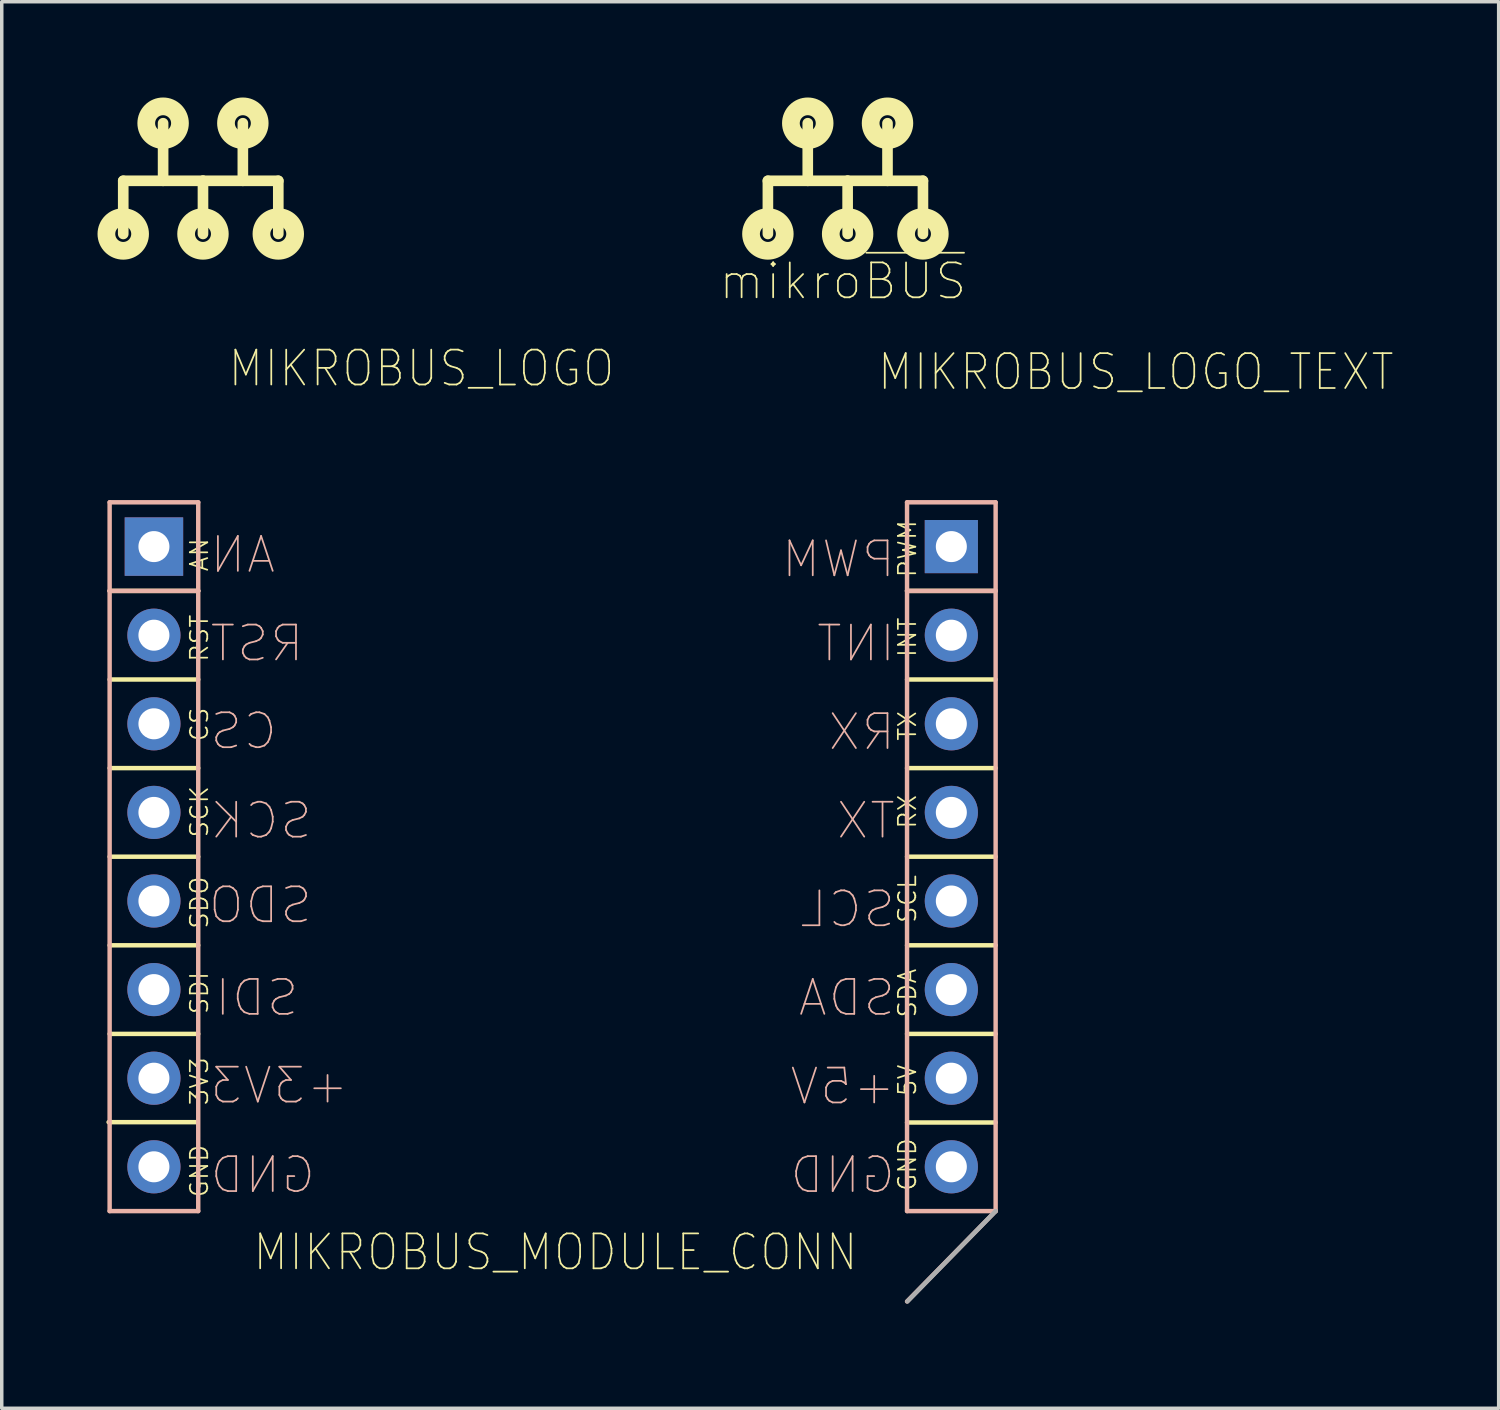
<source format=kicad_pcb>
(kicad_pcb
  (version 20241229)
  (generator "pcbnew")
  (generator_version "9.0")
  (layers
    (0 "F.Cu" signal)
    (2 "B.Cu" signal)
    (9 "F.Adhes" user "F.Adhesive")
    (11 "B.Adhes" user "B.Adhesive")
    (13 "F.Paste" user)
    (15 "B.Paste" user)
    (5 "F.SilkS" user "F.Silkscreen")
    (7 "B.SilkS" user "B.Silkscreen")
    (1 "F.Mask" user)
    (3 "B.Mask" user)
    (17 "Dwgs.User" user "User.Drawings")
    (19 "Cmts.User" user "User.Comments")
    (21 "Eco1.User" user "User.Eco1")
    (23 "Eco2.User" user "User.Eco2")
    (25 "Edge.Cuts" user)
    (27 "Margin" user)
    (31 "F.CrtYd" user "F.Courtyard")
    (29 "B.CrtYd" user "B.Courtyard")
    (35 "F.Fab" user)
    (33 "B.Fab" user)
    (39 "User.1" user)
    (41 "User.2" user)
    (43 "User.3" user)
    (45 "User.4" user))
  (footprint "MIKROBUS_LOGO_TEXT"
    (layer "F.Cu")
    (at 21.215 3.613)
    (property "Reference" "MIKROBUS_LOGO_TEXT" (at 8.3 4 0) (layer "F.SilkS") (effects (font (size 1 0.9) (thickness 0.05))))
    (attr exclude_from_pos_files exclude_from_bom)
    (fp_line (start -2.251 -1.48) (end -2.251 0.044) (stroke (width 0.305) (type solid)) (layer "F.SilkS"))
    (fp_line (start -1.108 -1.48) (end -2.251 -1.48) (stroke (width 0.305) (type solid)) (layer "F.SilkS"))
    (fp_line (start -1.108 -1.48) (end -1.108 -3.131) (stroke (width 0.305) (type solid)) (layer "F.SilkS"))
    (fp_line (start 0.035 -1.48) (end -1.108 -1.48) (stroke (width 0.305) (type solid)) (layer "F.SilkS"))
    (fp_line (start 0.035 -1.48) (end 0.035 0.044) (stroke (width 0.305) (type solid)) (layer "F.SilkS"))
    (fp_line (start 1.178 -1.48) (end 0.035 -1.48) (stroke (width 0.305) (type solid)) (layer "F.SilkS"))
    (fp_line (start 1.178 -1.48) (end 1.178 -3.131) (stroke (width 0.305) (type solid)) (layer "F.SilkS"))
    (fp_line (start 2.194 -1.48) (end 1.178 -1.48) (stroke (width 0.305) (type solid)) (layer "F.SilkS"))
    (fp_line (start 2.194 -1.48) (end 2.194 0.044) (stroke (width 0.305) (type solid)) (layer "F.SilkS"))
    (fp_circle (center -2.251 0.044) (end -2.022 0.044) (stroke (width 0.508) (type solid)) (fill no) (layer "F.SilkS"))
    (fp_circle (center -1.108 -3.131) (end -0.879 -3.131) (stroke (width 0.508) (type solid)) (fill no) (layer "F.SilkS"))
    (fp_circle (center 0.035 0.044) (end 0.264 0.044) (stroke (width 0.508) (type solid)) (fill no) (layer "F.SilkS"))
    (fp_circle (center 1.178 -3.131) (end 1.407 -3.131) (stroke (width 0.508) (type solid)) (fill no) (layer "F.SilkS"))
    (fp_circle (center 2.194 0.044) (end 2.423 0.044) (stroke (width 0.508) (type solid)) (fill no) (layer "F.SilkS"))
    (fp_text user "mikro~{BUS}" (at -0.1 1.4 0) (layer "F.SilkS") (effects (font (size 1 1) (thickness 0.05)))))
  (footprint "MIKROBUS_MODULE_CONN"
    (layer "F.Cu")
    (at 1.363 12.62)
    (property "Reference" "MIKROBUS_MODULE_CONN" (at 11.51 20.23 0) (layer "F.SilkS") (effects (font (size 1 0.9) (thickness 0.05))))
    (attr through_hole)
    (fp_line (start -1.3 16.5) (end 1.24 16.5) (stroke (width 0.127) (type solid)) (layer "F.SilkS"))
    (fp_line (start -1.27 1.27) (end 1.27 1.27) (stroke (width 0.127) (type solid)) (layer "F.SilkS"))
    (fp_line (start -1.27 3.81) (end 1.27 3.81) (stroke (width 0.127) (type solid)) (layer "F.SilkS"))
    (fp_line (start -1.27 6.35) (end 1.27 6.35) (stroke (width 0.127) (type solid)) (layer "F.SilkS"))
    (fp_line (start -1.27 8.89) (end 1.27 8.89) (stroke (width 0.127) (type solid)) (layer "F.SilkS"))
    (fp_line (start -1.27 11.43) (end 1.27 11.43) (stroke (width 0.127) (type solid)) (layer "F.SilkS"))
    (fp_line (start -1.27 13.97) (end 1.27 13.97) (stroke (width 0.127) (type solid)) (layer "F.SilkS"))
    (fp_line (start 21.59 1.27) (end 24.13 1.27) (stroke (width 0.127) (type solid)) (layer "F.SilkS"))
    (fp_line (start 21.59 3.81) (end 24.13 3.81) (stroke (width 0.127) (type solid)) (layer "F.SilkS"))
    (fp_line (start 21.59 6.35) (end 24.13 6.35) (stroke (width 0.127) (type solid)) (layer "F.SilkS"))
    (fp_line (start 21.59 8.89) (end 24.13 8.89) (stroke (width 0.127) (type solid)) (layer "F.SilkS"))
    (fp_line (start 21.59 11.43) (end 24.13 11.43) (stroke (width 0.127) (type solid)) (layer "F.SilkS"))
    (fp_line (start 21.59 13.97) (end 24.13 13.97) (stroke (width 0.127) (type solid)) (layer "F.SilkS"))
    (fp_line (start 21.59 16.51) (end 24.13 16.51) (stroke (width 0.127) (type solid)) (layer "F.SilkS"))
    (fp_line (start -1.27 -1.27) (end -1.27 1.27) (stroke (width 0.127) (type solid)) (layer "B.SilkS"))
    (fp_line (start -1.27 1.27) (end -1.27 19.05) (stroke (width 0.127) (type solid)) (layer "B.SilkS"))
    (fp_line (start -1.27 1.27) (end 1.27 1.27) (stroke (width 0.127) (type solid)) (layer "B.SilkS"))
    (fp_line (start -1.27 19.05) (end 1.27 19.05) (stroke (width 0.127) (type solid)) (layer "B.SilkS"))
    (fp_line (start 1.27 -1.27) (end -1.27 -1.27) (stroke (width 0.127) (type solid)) (layer "B.SilkS"))
    (fp_line (start 1.27 1.27) (end 1.27 -1.27) (stroke (width 0.127) (type solid)) (layer "B.SilkS"))
    (fp_line (start 1.27 19.05) (end 1.27 1.27) (stroke (width 0.127) (type solid)) (layer "B.SilkS"))
    (fp_line (start 21.59 -1.27) (end 21.59 1.27) (stroke (width 0.127) (type solid)) (layer "B.SilkS"))
    (fp_line (start 21.59 -1.27) (end 24.13 -1.27) (stroke (width 0.127) (type solid)) (layer "B.SilkS"))
    (fp_line (start 21.59 1.27) (end 21.59 19.05) (stroke (width 0.127) (type solid)) (layer "B.SilkS"))
    (fp_line (start 21.59 1.27) (end 24.13 1.27) (stroke (width 0.127) (type solid)) (layer "B.SilkS"))
    (fp_line (start 21.59 19.05) (end 24.13 19.05) (stroke (width 0.127) (type solid)) (layer "B.SilkS"))
    (fp_line (start 24.13 -1.27) (end 24.13 19.05) (stroke (width 0.127) (type solid)) (layer "B.SilkS"))
    (fp_line (start 24.13 19.05) (end 21.59 21.64) (stroke (width 0.127) (type solid)) (layer "B.SilkS"))
    (fp_line (start 24.13 19.05) (end 21.6 21.64) (stroke (width 0.127) (type solid)) (layer "F.Fab"))
    (fp_text user "RX" (at 21.598 7.6 90) (layer "F.SilkS") (effects (font (size 0.5 0.5) (thickness 0.05))))
    (fp_text user "SDI" (at 1.3 12.797 90) (layer "F.SilkS") (effects (font (size 0.5 0.5) (thickness 0.05))))
    (fp_text user "TX" (at 21.598 5.141 90) (layer "F.SilkS") (effects (font (size 0.5 0.5) (thickness 0.05))))
    (fp_text user "RST" (at 1.3 2.624 90) (layer "F.SilkS") (effects (font (size 0.5 0.5) (thickness 0.05))))
    (fp_text user "5V" (at 21.598 15.3 90) (layer "F.SilkS") (effects (font (size 0.5 0.5) (thickness 0.05))))
    (fp_text user "GND" (at 1.3 17.9 90) (layer "F.SilkS") (effects (font (size 0.5 0.5) (thickness 0.05))))
    (fp_text user "CS" (at 1.3 5.1 90) (layer "F.SilkS") (effects (font (size 0.5 0.5) (thickness 0.05))))
    (fp_text user "AN" (at 1.3 0.235 90) (layer "F.SilkS") (effects (font (size 0.5 0.5) (thickness 0.05))))
    (fp_text user "PWM" (at 21.598 0.062 90) (layer "F.SilkS") (effects (font (size 0.5 0.5) (thickness 0.05))))
    (fp_text user "SDA" (at 21.598 12.8 90) (layer "F.SilkS") (effects (font (size 0.5 0.5) (thickness 0.05))))
    (fp_text user "GND" (at 21.598 17.715 90) (layer "F.SilkS") (effects (font (size 0.5 0.5) (thickness 0.05))))
    (fp_text user "3V3" (at 1.3 15.329 90) (layer "F.SilkS") (effects (font (size 0.5 0.5) (thickness 0.05))))
    (fp_text user "SDO" (at 1.3 10.206 90) (layer "F.SilkS") (effects (font (size 0.5 0.5) (thickness 0.05))))
    (fp_text user "INT" (at 21.598 2.6 90) (layer "F.SilkS") (effects (font (size 0.5 0.5) (thickness 0.05))))
    (fp_text user "SCL" (at 21.598 10.1 90) (layer "F.SilkS") (effects (font (size 0.5 0.5) (thickness 0.05))))
    (fp_text user "SCK" (at 1.3 7.6 90) (layer "F.SilkS") (effects (font (size 0.5 0.5) (thickness 0.05))))
    (fp_text user "RX" (at 20.291 5.315 0) (layer "B.SilkS") (effects (font (size 1 1) (thickness 0.05)) (justify mirror)))
    (fp_text user "SDO" (at 3.05 10.28 0) (layer "B.SilkS") (effects (font (size 1 1) (thickness 0.05)) (justify mirror)))
    (fp_text user "GND" (at 3.12 18.015 0) (layer "B.SilkS") (effects (font (size 1 1) (thickness 0.05)) (justify mirror)))
    (fp_text user "TX" (at 20.411 7.855 0) (layer "B.SilkS") (effects (font (size 1 1) (thickness 0.05)) (justify mirror)))
    (fp_text user "GND" (at 19.744 18.015 0) (layer "B.SilkS") (effects (font (size 1 1) (thickness 0.05)) (justify mirror)))
    (fp_text user "AN" (at 2.548 0.235 0) (layer "B.SilkS") (effects (font (size 1 1) (thickness 0.05)) (justify mirror)))
    (fp_text user "PWM" (at 19.625 0.362 0) (layer "B.SilkS") (effects (font (size 1 1) (thickness 0.05)) (justify mirror)))
    (fp_text user "+5V" (at 19.744 15.475 0) (layer "B.SilkS") (effects (font (size 1 1) (thickness 0.05)) (justify mirror)))
    (fp_text user "CS" (at 2.572 5.29 0) (layer "B.SilkS") (effects (font (size 1 1) (thickness 0.05)) (justify mirror)))
    (fp_text user "SDA" (at 19.863 12.935 0) (layer "B.SilkS") (effects (font (size 1 1) (thickness 0.05)) (justify mirror)))
    (fp_text user "+3V3" (at 3.596 15.45 0) (layer "B.SilkS") (effects (font (size 1 1) (thickness 0.05)) (justify mirror)))
    (fp_text user "INT" (at 20.125 2.775 0) (layer "B.SilkS") (effects (font (size 1 1) (thickness 0.05)) (justify mirror)))
    (fp_text user "SDI" (at 2.95 12.935 0) (layer "B.SilkS") (effects (font (size 1 1) (thickness 0.05)) (justify mirror)))
    (fp_text user "RST" (at 2.953 2.775 0) (layer "B.SilkS") (effects (font (size 1 1) (thickness 0.05)) (justify mirror)))
    (fp_text user "SCK" (at 3.072 7.855 0) (layer "B.SilkS") (effects (font (size 1 1) (thickness 0.05)) (justify mirror)))
    (fp_text user "SCL" (at 19.887 10.395 0) (layer "B.SilkS") (effects (font (size 1 1) (thickness 0.05)) (justify mirror)))
    (pad "P1" thru_hole rect (at 0 0) (size 1.676 1.676) (drill 0.889) (layers "*.Cu" "*.Mask"))
    (pad "P2" thru_hole circle (at 0 2.54) (size 1.524 1.524) (drill 0.889) (layers "*.Cu" "*.Mask"))
    (pad "P3" thru_hole circle (at 0 5.08) (size 1.524 1.524) (drill 0.889) (layers "*.Cu" "*.Mask"))
    (pad "P4" thru_hole circle (at 0 7.62) (size 1.524 1.524) (drill 0.889) (layers "*.Cu" "*.Mask"))
    (pad "P5" thru_hole circle (at 0 10.16) (size 1.524 1.524) (drill 0.889) (layers "*.Cu" "*.Mask"))
    (pad "P6" thru_hole circle (at 0 12.7) (size 1.524 1.524) (drill 0.889) (layers "*.Cu" "*.Mask"))
    (pad "P7" thru_hole circle (at 0 15.24) (size 1.524 1.524) (drill 0.889) (layers "*.Cu" "*.Mask"))
    (pad "P8" thru_hole circle (at 0 17.78) (size 1.524 1.524) (drill 0.889) (layers "*.Cu" "*.Mask"))
    (pad "P9" thru_hole circle (at 22.86 17.78) (size 1.524 1.524) (drill 0.889) (layers "*.Cu" "*.Mask"))
    (pad "P10" thru_hole circle (at 22.86 15.24) (size 1.524 1.524) (drill 0.889) (layers "*.Cu" "*.Mask"))
    (pad "P11" thru_hole circle (at 22.86 12.7) (size 1.524 1.524) (drill 0.889) (layers "*.Cu" "*.Mask"))
    (pad "P12" thru_hole circle (at 22.86 10.16) (size 1.524 1.524) (drill 0.889) (layers "*.Cu" "*.Mask"))
    (pad "P13" thru_hole circle (at 22.86 7.62) (size 1.524 1.524) (drill 0.889) (layers "*.Cu" "*.Mask"))
    (pad "P14" thru_hole circle (at 22.86 5.08) (size 1.524 1.524) (drill 0.889) (layers "*.Cu" "*.Mask"))
    (pad "P15" thru_hole circle (at 22.86 2.54) (size 1.524 1.524) (drill 0.889) (layers "*.Cu" "*.Mask"))
    (pad "P16" thru_hole rect (at 22.86 0) (size 1.524 1.524) (drill 0.889) (layers "*.Cu" "*.Mask")))
  (footprint "MIKROBUS_LOGO"
    (layer "F.Cu")
    (at 2.734 3.613)
    (property "Reference" "MIKROBUS_LOGO" (at 6.3 3.9 0) (layer "F.SilkS") (effects (font (size 1 0.9) (thickness 0.05))))
    (attr exclude_from_pos_files exclude_from_bom)
    (fp_line (start -2.251 -1.48) (end -2.251 0.044) (stroke (width 0.305) (type solid)) (layer "F.SilkS"))
    (fp_line (start -1.108 -1.48) (end -2.251 -1.48) (stroke (width 0.305) (type solid)) (layer "F.SilkS"))
    (fp_line (start -1.108 -1.48) (end -1.108 -3.131) (stroke (width 0.305) (type solid)) (layer "F.SilkS"))
    (fp_line (start 0.035 -1.48) (end -1.108 -1.48) (stroke (width 0.305) (type solid)) (layer "F.SilkS"))
    (fp_line (start 0.035 -1.48) (end 0.035 0.044) (stroke (width 0.305) (type solid)) (layer "F.SilkS"))
    (fp_line (start 1.178 -1.48) (end 0.035 -1.48) (stroke (width 0.305) (type solid)) (layer "F.SilkS"))
    (fp_line (start 1.178 -1.48) (end 1.178 -3.131) (stroke (width 0.305) (type solid)) (layer "F.SilkS"))
    (fp_line (start 2.194 -1.48) (end 1.178 -1.48) (stroke (width 0.305) (type solid)) (layer "F.SilkS"))
    (fp_line (start 2.194 -1.48) (end 2.194 0.044) (stroke (width 0.305) (type solid)) (layer "F.SilkS"))
    (fp_circle (center -2.251 0.044) (end -2.022 0.044) (stroke (width 0.508) (type solid)) (fill no) (layer "F.SilkS"))
    (fp_circle (center -1.108 -3.131) (end -0.879 -3.131) (stroke (width 0.508) (type solid)) (fill no) (layer "F.SilkS"))
    (fp_circle (center 0.035 0.044) (end 0.264 0.044) (stroke (width 0.508) (type solid)) (fill no) (layer "F.SilkS"))
    (fp_circle (center 1.178 -3.131) (end 1.407 -3.131) (stroke (width 0.508) (type solid)) (fill no) (layer "F.SilkS"))
    (fp_circle (center 2.194 0.044) (end 2.423 0.044) (stroke (width 0.508) (type solid)) (fill no) (layer "F.SilkS")))
  (gr_rect
    (start -3 -3)
    (end 39.914 37.323)
    (stroke (width 0.1) (type default))
    (fill no)
    (layer "Edge.Cuts")))
</source>
